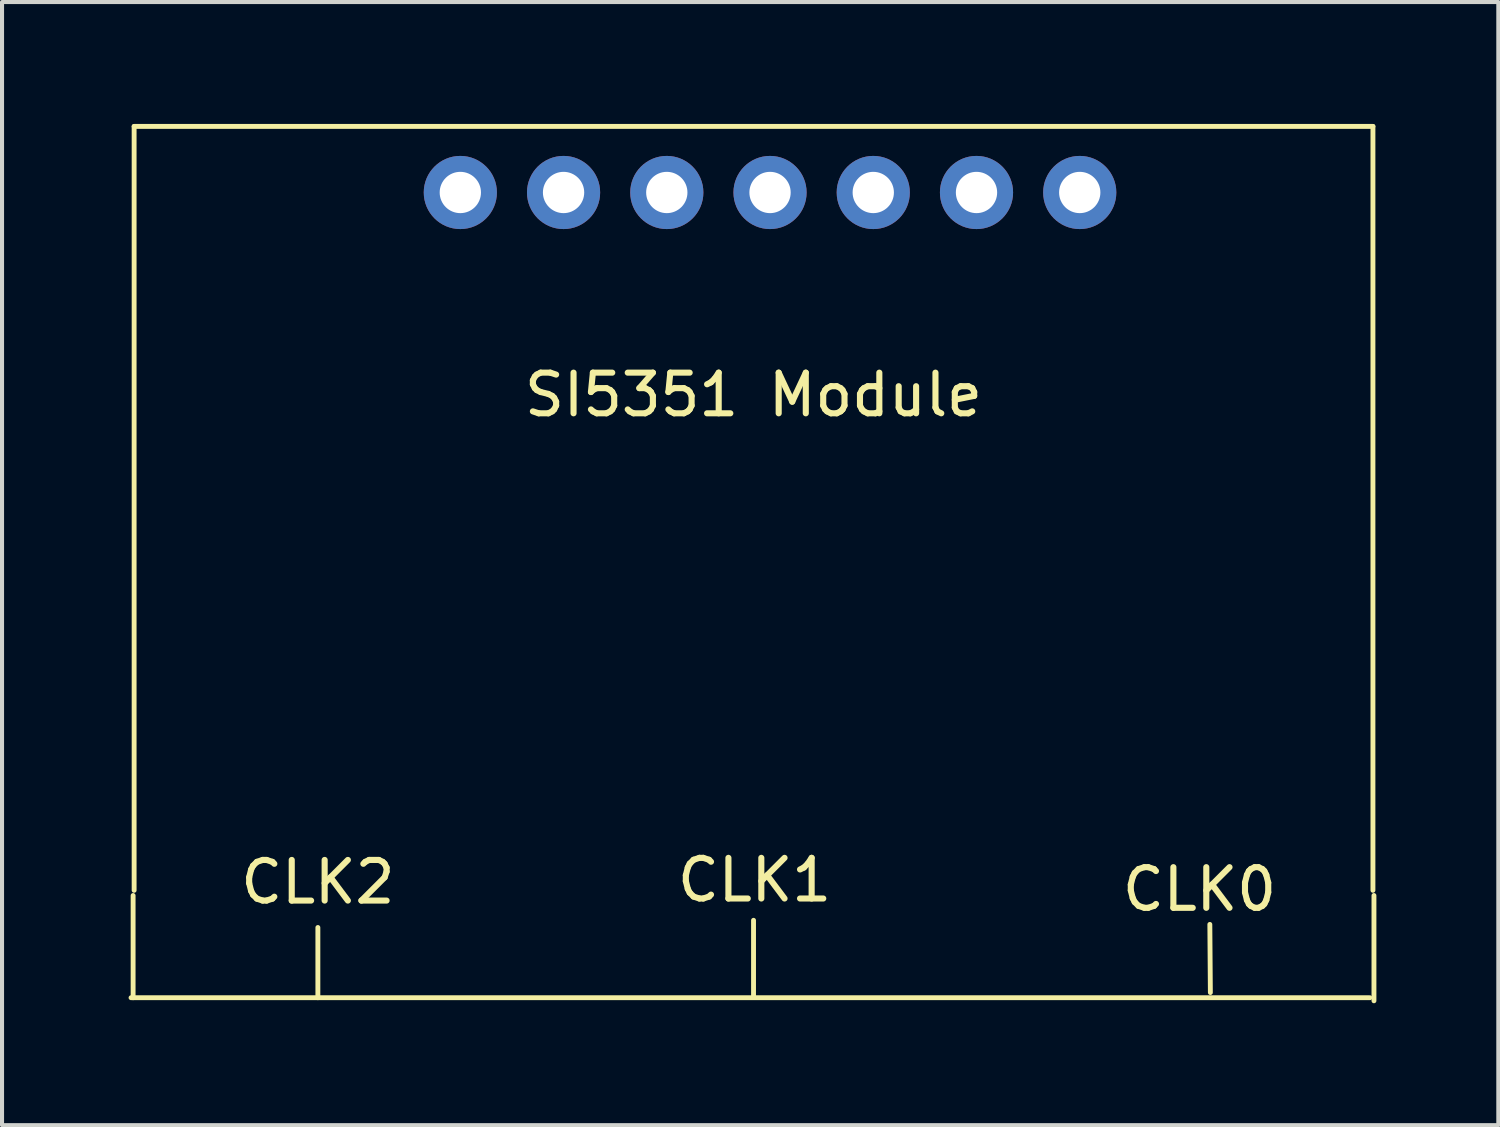
<source format=kicad_pcb>
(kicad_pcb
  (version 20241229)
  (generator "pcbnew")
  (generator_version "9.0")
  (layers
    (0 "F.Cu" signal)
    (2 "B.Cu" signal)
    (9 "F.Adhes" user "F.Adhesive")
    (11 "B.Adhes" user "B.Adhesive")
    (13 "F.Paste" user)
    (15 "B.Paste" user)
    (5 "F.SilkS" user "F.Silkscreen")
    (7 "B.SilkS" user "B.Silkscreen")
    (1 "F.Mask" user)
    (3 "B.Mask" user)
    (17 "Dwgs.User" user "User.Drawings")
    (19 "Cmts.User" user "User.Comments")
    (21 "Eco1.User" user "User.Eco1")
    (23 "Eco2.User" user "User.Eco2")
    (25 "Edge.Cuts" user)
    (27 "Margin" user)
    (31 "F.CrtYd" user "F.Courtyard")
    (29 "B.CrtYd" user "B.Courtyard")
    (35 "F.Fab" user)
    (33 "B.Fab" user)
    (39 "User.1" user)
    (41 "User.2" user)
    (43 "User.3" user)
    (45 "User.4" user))
  (footprint "SI5351 Module"
    (layer "F.Cu")
    (at 0.25 6.664)
    (property "Reference" "SI5351 Module" (at 15.24 0 0) (layer "F.SilkS") (effects (font (size 1 1) (thickness 0.15))))
    (attr through_hole)
    (fp_line (start -0.025 12.319) (end -0.025 14.834) (stroke (width 0.12) (type solid)) (layer "F.SilkS"))
    (fp_line (start 0 -6.604) (end 30.48 -6.604) (stroke (width 0.12) (type solid)) (layer "F.SilkS"))
    (fp_line (start 0 12.192) (end 0 -6.604) (stroke (width 0.12) (type solid)) (layer "F.SilkS"))
    (fp_line (start 4.521 14.834) (end 4.521 13.106) (stroke (width 0.12) (type solid)) (layer "F.SilkS"))
    (fp_line (start 15.24 14.783) (end 15.24 12.929) (stroke (width 0.12) (type solid)) (layer "F.SilkS"))
    (fp_line (start 26.48 14.707) (end 26.467 13.03) (stroke (width 0.12) (type solid)) (layer "F.SilkS"))
    (fp_line (start 30.404 14.834) (end -0.076 14.834) (stroke (width 0.12) (type solid)) (layer "F.SilkS"))
    (fp_line (start 30.48 -6.604) (end 30.48 12.192) (stroke (width 0.12) (type solid)) (layer "F.SilkS"))
    (fp_line (start 30.505 12.319) (end 30.505 14.91) (stroke (width 0.12) (type solid)) (layer "F.SilkS"))
    (fp_text user "CLK0" (at 26.213 12.167 0) (layer "F.SilkS") (effects (font (size 1 1) (thickness 0.15))))
    (fp_text user "CLK2" (at 4.521 11.989 0) (layer "F.SilkS") (effects (font (size 1 1) (thickness 0.15))))
    (fp_text user "CLK1" (at 15.265 11.938 0) (layer "F.SilkS") (effects (font (size 1 1) (thickness 0.15))))
    (pad "1" thru_hole circle (at 8.026 -4.978) (size 1.8 1.8) (drill 1.016) (layers "*.Cu" "*.Mask"))
    (pad "2" thru_hole circle (at 10.566 -4.978) (size 1.8 1.8) (drill 1.016) (layers "*.Cu" "*.Mask"))
    (pad "3" thru_hole circle (at 13.106 -4.978) (size 1.8 1.8) (drill 1.016) (layers "*.Cu" "*.Mask"))
    (pad "4" thru_hole circle (at 15.646 -4.978) (size 1.8 1.8) (drill 1.016) (layers "*.Cu" "*.Mask"))
    (pad "5" thru_hole circle (at 18.186 -4.978) (size 1.8 1.8) (drill 1.016) (layers "*.Cu" "*.Mask"))
    (pad "6" thru_hole circle (at 20.726 -4.978) (size 1.8 1.8) (drill 1.016) (layers "*.Cu" "*.Mask"))
    (pad "7" thru_hole circle (at 23.266 -4.978) (size 1.8 1.8) (drill 1.016) (layers "*.Cu" "*.Mask")))
  (gr_rect
    (start -3 -3)
    (end 33.815 24.634)
    (stroke (width 0.1) (type default))
    (fill no)
    (layer "Edge.Cuts")))
</source>
